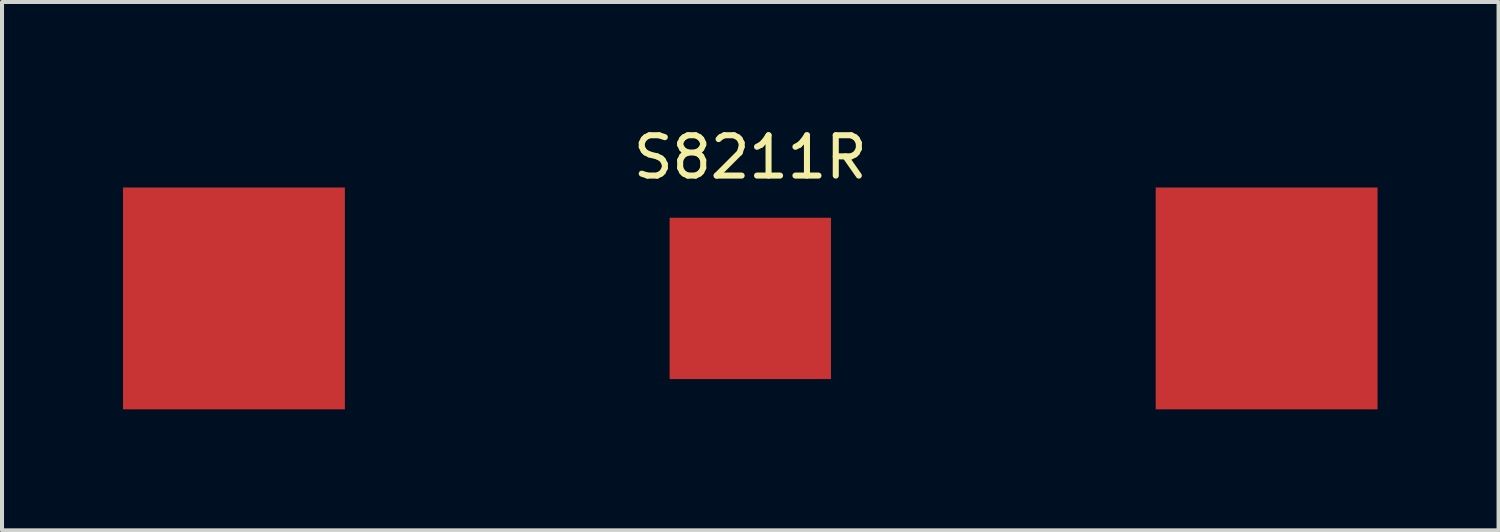
<source format=kicad_pcb>
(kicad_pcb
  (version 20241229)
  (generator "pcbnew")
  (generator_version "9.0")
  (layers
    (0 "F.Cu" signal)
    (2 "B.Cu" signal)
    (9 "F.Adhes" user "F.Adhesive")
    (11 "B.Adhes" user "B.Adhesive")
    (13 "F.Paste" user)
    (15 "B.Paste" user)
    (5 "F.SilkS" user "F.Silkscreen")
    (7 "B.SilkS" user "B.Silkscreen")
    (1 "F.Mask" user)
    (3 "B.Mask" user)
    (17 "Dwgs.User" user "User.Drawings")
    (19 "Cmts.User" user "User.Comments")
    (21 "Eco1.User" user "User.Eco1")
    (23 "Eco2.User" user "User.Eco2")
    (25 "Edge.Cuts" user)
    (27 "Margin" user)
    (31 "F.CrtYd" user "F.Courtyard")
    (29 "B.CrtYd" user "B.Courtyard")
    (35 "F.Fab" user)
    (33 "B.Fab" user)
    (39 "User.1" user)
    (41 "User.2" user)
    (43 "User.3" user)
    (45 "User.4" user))
  (footprint "S8211R"
    (layer "F.Cu")
    (at 15.55 4.348)
    (property "Reference" "S8211R" (at 0 -3.5 0) (layer "F.SilkS") (effects (font (size 1 1) (thickness 0.15))))
    (attr through_hole)
    (pad "1" smd rect (at -12.8 0) (size 5.5 5.5) (layers "F.Cu" "F.Mask" "F.Paste"))
    (pad "2" smd rect (at 12.8 0) (size 5.5 5.5) (layers "F.Cu" "F.Mask" "F.Paste"))
    (pad "3" smd rect (at 0 0) (size 4 4) (layers "F.Cu" "F.Mask" "F.Paste")))
  (gr_rect
    (start -3 -3)
    (end 34.1 10.098)
    (stroke (width 0.1) (type default))
    (fill no)
    (layer "Edge.Cuts")))
</source>
